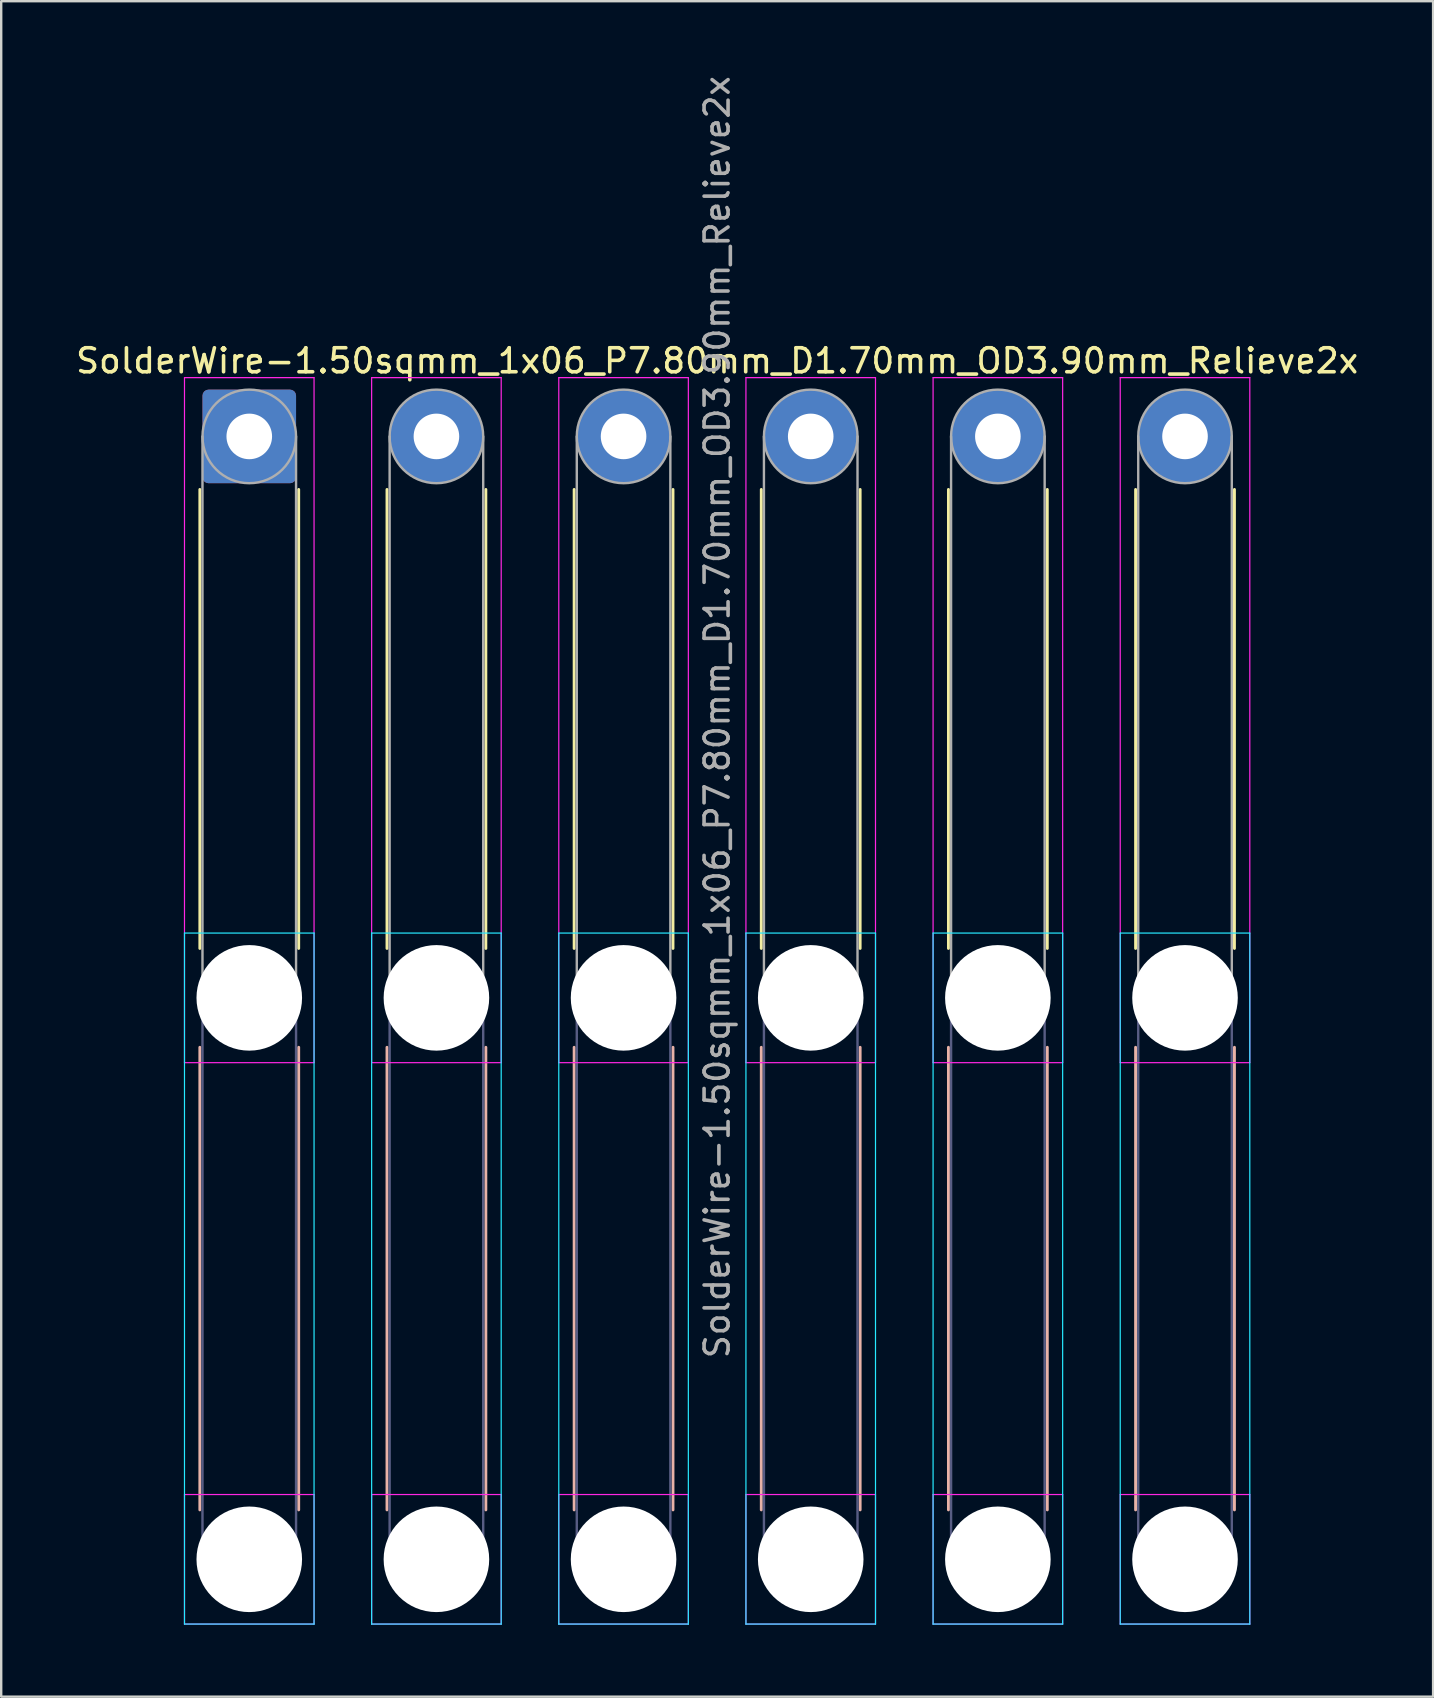
<source format=kicad_pcb>
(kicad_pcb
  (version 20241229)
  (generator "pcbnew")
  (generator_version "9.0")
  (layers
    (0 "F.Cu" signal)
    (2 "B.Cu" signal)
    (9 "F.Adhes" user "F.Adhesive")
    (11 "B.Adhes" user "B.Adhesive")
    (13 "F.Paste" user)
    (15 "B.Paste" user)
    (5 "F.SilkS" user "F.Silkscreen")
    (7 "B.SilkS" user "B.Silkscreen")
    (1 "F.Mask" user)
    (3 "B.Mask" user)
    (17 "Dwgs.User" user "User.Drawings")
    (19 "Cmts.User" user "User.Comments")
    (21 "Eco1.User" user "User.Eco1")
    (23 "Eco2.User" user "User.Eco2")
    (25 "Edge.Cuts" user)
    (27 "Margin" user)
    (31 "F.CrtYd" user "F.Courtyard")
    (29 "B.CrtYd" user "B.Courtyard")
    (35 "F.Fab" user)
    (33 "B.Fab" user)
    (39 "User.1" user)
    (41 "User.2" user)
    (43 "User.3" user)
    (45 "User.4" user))
  (footprint "SolderWire-1.50sqmm_1x06_P7.80mm_D1.70mm_OD3.90mm_Relieve2x"
    (layer "F.Cu")
    (at 7.339 15.139)
    (property "Reference" "SolderWire-1.50sqmm_1x06_P7.80mm_D1.70mm_OD3.90mm_Relieve2x" (at 19.5 -3.15 0) (layer "F.SilkS") (effects (font (size 1 1) (thickness 0.15))))
    (attr exclude_from_pos_files exclude_from_bom)
    (fp_line (start -2.06 2.21) (end -2.06 21.34) (stroke (width 0.12) (type solid)) (layer "F.SilkS"))
    (fp_line (start 2.06 2.21) (end 2.06 21.34) (stroke (width 0.12) (type solid)) (layer "F.SilkS"))
    (fp_line (start 5.74 2.21) (end 5.74 21.34) (stroke (width 0.12) (type solid)) (layer "F.SilkS"))
    (fp_line (start 9.86 2.21) (end 9.86 21.34) (stroke (width 0.12) (type solid)) (layer "F.SilkS"))
    (fp_line (start 13.54 2.21) (end 13.54 21.34) (stroke (width 0.12) (type solid)) (layer "F.SilkS"))
    (fp_line (start 17.66 2.21) (end 17.66 21.34) (stroke (width 0.12) (type solid)) (layer "F.SilkS"))
    (fp_line (start 21.34 2.21) (end 21.34 21.34) (stroke (width 0.12) (type solid)) (layer "F.SilkS"))
    (fp_line (start 25.46 2.21) (end 25.46 21.34) (stroke (width 0.12) (type solid)) (layer "F.SilkS"))
    (fp_line (start 29.14 2.21) (end 29.14 21.34) (stroke (width 0.12) (type solid)) (layer "F.SilkS"))
    (fp_line (start 33.26 2.21) (end 33.26 21.34) (stroke (width 0.12) (type solid)) (layer "F.SilkS"))
    (fp_line (start 36.94 2.21) (end 36.94 21.34) (stroke (width 0.12) (type solid)) (layer "F.SilkS"))
    (fp_line (start 41.06 2.21) (end 41.06 21.34) (stroke (width 0.12) (type solid)) (layer "F.SilkS"))
    (fp_line (start -2.06 25.46) (end -2.06 44.74) (stroke (width 0.12) (type solid)) (layer "B.SilkS"))
    (fp_line (start 2.06 25.46) (end 2.06 44.74) (stroke (width 0.12) (type solid)) (layer "B.SilkS"))
    (fp_line (start 5.74 25.46) (end 5.74 44.74) (stroke (width 0.12) (type solid)) (layer "B.SilkS"))
    (fp_line (start 9.86 25.46) (end 9.86 44.74) (stroke (width 0.12) (type solid)) (layer "B.SilkS"))
    (fp_line (start 13.54 25.46) (end 13.54 44.74) (stroke (width 0.12) (type solid)) (layer "B.SilkS"))
    (fp_line (start 17.66 25.46) (end 17.66 44.74) (stroke (width 0.12) (type solid)) (layer "B.SilkS"))
    (fp_line (start 21.34 25.46) (end 21.34 44.74) (stroke (width 0.12) (type solid)) (layer "B.SilkS"))
    (fp_line (start 25.46 25.46) (end 25.46 44.74) (stroke (width 0.12) (type solid)) (layer "B.SilkS"))
    (fp_line (start 29.14 25.46) (end 29.14 44.74) (stroke (width 0.12) (type solid)) (layer "B.SilkS"))
    (fp_line (start 33.26 25.46) (end 33.26 44.74) (stroke (width 0.12) (type solid)) (layer "B.SilkS"))
    (fp_line (start 36.94 25.46) (end 36.94 44.74) (stroke (width 0.12) (type solid)) (layer "B.SilkS"))
    (fp_line (start 41.06 25.46) (end 41.06 44.74) (stroke (width 0.12) (type solid)) (layer "B.SilkS"))
    (fp_line (start -2.7 20.7) (end -2.7 49.5) (stroke (width 0.05) (type solid)) (layer "B.CrtYd"))
    (fp_line (start -2.7 49.5) (end 2.7 49.5) (stroke (width 0.05) (type solid)) (layer "B.CrtYd"))
    (fp_line (start 2.7 20.7) (end -2.7 20.7) (stroke (width 0.05) (type solid)) (layer "B.CrtYd"))
    (fp_line (start 2.7 49.5) (end 2.7 20.7) (stroke (width 0.05) (type solid)) (layer "B.CrtYd"))
    (fp_line (start 5.1 20.7) (end 5.1 49.5) (stroke (width 0.05) (type solid)) (layer "B.CrtYd"))
    (fp_line (start 5.1 49.5) (end 10.5 49.5) (stroke (width 0.05) (type solid)) (layer "B.CrtYd"))
    (fp_line (start 10.5 20.7) (end 5.1 20.7) (stroke (width 0.05) (type solid)) (layer "B.CrtYd"))
    (fp_line (start 10.5 49.5) (end 10.5 20.7) (stroke (width 0.05) (type solid)) (layer "B.CrtYd"))
    (fp_line (start 12.9 20.7) (end 12.9 49.5) (stroke (width 0.05) (type solid)) (layer "B.CrtYd"))
    (fp_line (start 12.9 49.5) (end 18.3 49.5) (stroke (width 0.05) (type solid)) (layer "B.CrtYd"))
    (fp_line (start 18.3 20.7) (end 12.9 20.7) (stroke (width 0.05) (type solid)) (layer "B.CrtYd"))
    (fp_line (start 18.3 49.5) (end 18.3 20.7) (stroke (width 0.05) (type solid)) (layer "B.CrtYd"))
    (fp_line (start 20.7 20.7) (end 20.7 49.5) (stroke (width 0.05) (type solid)) (layer "B.CrtYd"))
    (fp_line (start 20.7 49.5) (end 26.1 49.5) (stroke (width 0.05) (type solid)) (layer "B.CrtYd"))
    (fp_line (start 26.1 20.7) (end 20.7 20.7) (stroke (width 0.05) (type solid)) (layer "B.CrtYd"))
    (fp_line (start 26.1 49.5) (end 26.1 20.7) (stroke (width 0.05) (type solid)) (layer "B.CrtYd"))
    (fp_line (start 28.5 20.7) (end 28.5 49.5) (stroke (width 0.05) (type solid)) (layer "B.CrtYd"))
    (fp_line (start 28.5 49.5) (end 33.9 49.5) (stroke (width 0.05) (type solid)) (layer "B.CrtYd"))
    (fp_line (start 33.9 20.7) (end 28.5 20.7) (stroke (width 0.05) (type solid)) (layer "B.CrtYd"))
    (fp_line (start 33.9 49.5) (end 33.9 20.7) (stroke (width 0.05) (type solid)) (layer "B.CrtYd"))
    (fp_line (start 36.3 20.7) (end 36.3 49.5) (stroke (width 0.05) (type solid)) (layer "B.CrtYd"))
    (fp_line (start 36.3 49.5) (end 41.7 49.5) (stroke (width 0.05) (type solid)) (layer "B.CrtYd"))
    (fp_line (start 41.7 20.7) (end 36.3 20.7) (stroke (width 0.05) (type solid)) (layer "B.CrtYd"))
    (fp_line (start 41.7 49.5) (end 41.7 20.7) (stroke (width 0.05) (type solid)) (layer "B.CrtYd"))
    (fp_line (start -2.7 -2.45) (end -2.7 26.1) (stroke (width 0.05) (type solid)) (layer "F.CrtYd"))
    (fp_line (start -2.7 26.1) (end 2.7 26.1) (stroke (width 0.05) (type solid)) (layer "F.CrtYd"))
    (fp_line (start -2.7 44.1) (end -2.7 49.5) (stroke (width 0.05) (type solid)) (layer "F.CrtYd"))
    (fp_line (start -2.7 49.5) (end 2.7 49.5) (stroke (width 0.05) (type solid)) (layer "F.CrtYd"))
    (fp_line (start 2.7 -2.45) (end -2.7 -2.45) (stroke (width 0.05) (type solid)) (layer "F.CrtYd"))
    (fp_line (start 2.7 26.1) (end 2.7 -2.45) (stroke (width 0.05) (type solid)) (layer "F.CrtYd"))
    (fp_line (start 2.7 44.1) (end -2.7 44.1) (stroke (width 0.05) (type solid)) (layer "F.CrtYd"))
    (fp_line (start 2.7 49.5) (end 2.7 44.1) (stroke (width 0.05) (type solid)) (layer "F.CrtYd"))
    (fp_line (start 5.1 -2.45) (end 5.1 26.1) (stroke (width 0.05) (type solid)) (layer "F.CrtYd"))
    (fp_line (start 5.1 26.1) (end 10.5 26.1) (stroke (width 0.05) (type solid)) (layer "F.CrtYd"))
    (fp_line (start 5.1 44.1) (end 5.1 49.5) (stroke (width 0.05) (type solid)) (layer "F.CrtYd"))
    (fp_line (start 5.1 49.5) (end 10.5 49.5) (stroke (width 0.05) (type solid)) (layer "F.CrtYd"))
    (fp_line (start 10.5 -2.45) (end 5.1 -2.45) (stroke (width 0.05) (type solid)) (layer "F.CrtYd"))
    (fp_line (start 10.5 26.1) (end 10.5 -2.45) (stroke (width 0.05) (type solid)) (layer "F.CrtYd"))
    (fp_line (start 10.5 44.1) (end 5.1 44.1) (stroke (width 0.05) (type solid)) (layer "F.CrtYd"))
    (fp_line (start 10.5 49.5) (end 10.5 44.1) (stroke (width 0.05) (type solid)) (layer "F.CrtYd"))
    (fp_line (start 12.9 -2.45) (end 12.9 26.1) (stroke (width 0.05) (type solid)) (layer "F.CrtYd"))
    (fp_line (start 12.9 26.1) (end 18.3 26.1) (stroke (width 0.05) (type solid)) (layer "F.CrtYd"))
    (fp_line (start 12.9 44.1) (end 12.9 49.5) (stroke (width 0.05) (type solid)) (layer "F.CrtYd"))
    (fp_line (start 12.9 49.5) (end 18.3 49.5) (stroke (width 0.05) (type solid)) (layer "F.CrtYd"))
    (fp_line (start 18.3 -2.45) (end 12.9 -2.45) (stroke (width 0.05) (type solid)) (layer "F.CrtYd"))
    (fp_line (start 18.3 26.1) (end 18.3 -2.45) (stroke (width 0.05) (type solid)) (layer "F.CrtYd"))
    (fp_line (start 18.3 44.1) (end 12.9 44.1) (stroke (width 0.05) (type solid)) (layer "F.CrtYd"))
    (fp_line (start 18.3 49.5) (end 18.3 44.1) (stroke (width 0.05) (type solid)) (layer "F.CrtYd"))
    (fp_line (start 20.7 -2.45) (end 20.7 26.1) (stroke (width 0.05) (type solid)) (layer "F.CrtYd"))
    (fp_line (start 20.7 26.1) (end 26.1 26.1) (stroke (width 0.05) (type solid)) (layer "F.CrtYd"))
    (fp_line (start 20.7 44.1) (end 20.7 49.5) (stroke (width 0.05) (type solid)) (layer "F.CrtYd"))
    (fp_line (start 20.7 49.5) (end 26.1 49.5) (stroke (width 0.05) (type solid)) (layer "F.CrtYd"))
    (fp_line (start 26.1 -2.45) (end 20.7 -2.45) (stroke (width 0.05) (type solid)) (layer "F.CrtYd"))
    (fp_line (start 26.1 26.1) (end 26.1 -2.45) (stroke (width 0.05) (type solid)) (layer "F.CrtYd"))
    (fp_line (start 26.1 44.1) (end 20.7 44.1) (stroke (width 0.05) (type solid)) (layer "F.CrtYd"))
    (fp_line (start 26.1 49.5) (end 26.1 44.1) (stroke (width 0.05) (type solid)) (layer "F.CrtYd"))
    (fp_line (start 28.5 -2.45) (end 28.5 26.1) (stroke (width 0.05) (type solid)) (layer "F.CrtYd"))
    (fp_line (start 28.5 26.1) (end 33.9 26.1) (stroke (width 0.05) (type solid)) (layer "F.CrtYd"))
    (fp_line (start 28.5 44.1) (end 28.5 49.5) (stroke (width 0.05) (type solid)) (layer "F.CrtYd"))
    (fp_line (start 28.5 49.5) (end 33.9 49.5) (stroke (width 0.05) (type solid)) (layer "F.CrtYd"))
    (fp_line (start 33.9 -2.45) (end 28.5 -2.45) (stroke (width 0.05) (type solid)) (layer "F.CrtYd"))
    (fp_line (start 33.9 26.1) (end 33.9 -2.45) (stroke (width 0.05) (type solid)) (layer "F.CrtYd"))
    (fp_line (start 33.9 44.1) (end 28.5 44.1) (stroke (width 0.05) (type solid)) (layer "F.CrtYd"))
    (fp_line (start 33.9 49.5) (end 33.9 44.1) (stroke (width 0.05) (type solid)) (layer "F.CrtYd"))
    (fp_line (start 36.3 -2.45) (end 36.3 26.1) (stroke (width 0.05) (type solid)) (layer "F.CrtYd"))
    (fp_line (start 36.3 26.1) (end 41.7 26.1) (stroke (width 0.05) (type solid)) (layer "F.CrtYd"))
    (fp_line (start 36.3 44.1) (end 36.3 49.5) (stroke (width 0.05) (type solid)) (layer "F.CrtYd"))
    (fp_line (start 36.3 49.5) (end 41.7 49.5) (stroke (width 0.05) (type solid)) (layer "F.CrtYd"))
    (fp_line (start 41.7 -2.45) (end 36.3 -2.45) (stroke (width 0.05) (type solid)) (layer "F.CrtYd"))
    (fp_line (start 41.7 26.1) (end 41.7 -2.45) (stroke (width 0.05) (type solid)) (layer "F.CrtYd"))
    (fp_line (start 41.7 44.1) (end 36.3 44.1) (stroke (width 0.05) (type solid)) (layer "F.CrtYd"))
    (fp_line (start 41.7 49.5) (end 41.7 44.1) (stroke (width 0.05) (type solid)) (layer "F.CrtYd"))
    (fp_line (start -1.95 23.4) (end -1.95 46.8) (stroke (width 0.1) (type solid)) (layer "B.Fab"))
    (fp_line (start 1.95 23.4) (end 1.95 46.8) (stroke (width 0.1) (type solid)) (layer "B.Fab"))
    (fp_line (start 5.85 23.4) (end 5.85 46.8) (stroke (width 0.1) (type solid)) (layer "B.Fab"))
    (fp_line (start 9.75 23.4) (end 9.75 46.8) (stroke (width 0.1) (type solid)) (layer "B.Fab"))
    (fp_line (start 13.65 23.4) (end 13.65 46.8) (stroke (width 0.1) (type solid)) (layer "B.Fab"))
    (fp_line (start 17.55 23.4) (end 17.55 46.8) (stroke (width 0.1) (type solid)) (layer "B.Fab"))
    (fp_line (start 21.45 23.4) (end 21.45 46.8) (stroke (width 0.1) (type solid)) (layer "B.Fab"))
    (fp_line (start 25.35 23.4) (end 25.35 46.8) (stroke (width 0.1) (type solid)) (layer "B.Fab"))
    (fp_line (start 29.25 23.4) (end 29.25 46.8) (stroke (width 0.1) (type solid)) (layer "B.Fab"))
    (fp_line (start 33.15 23.4) (end 33.15 46.8) (stroke (width 0.1) (type solid)) (layer "B.Fab"))
    (fp_line (start 37.05 23.4) (end 37.05 46.8) (stroke (width 0.1) (type solid)) (layer "B.Fab"))
    (fp_line (start 40.95 23.4) (end 40.95 46.8) (stroke (width 0.1) (type solid)) (layer "B.Fab"))
    (fp_circle (center 0 23.4) (end 1.95 23.4) (stroke (width 0.1) (type solid)) (fill no) (layer "B.Fab"))
    (fp_circle (center 0 46.8) (end 1.95 46.8) (stroke (width 0.1) (type solid)) (fill no) (layer "B.Fab"))
    (fp_circle (center 7.8 23.4) (end 9.75 23.4) (stroke (width 0.1) (type solid)) (fill no) (layer "B.Fab"))
    (fp_circle (center 7.8 46.8) (end 9.75 46.8) (stroke (width 0.1) (type solid)) (fill no) (layer "B.Fab"))
    (fp_circle (center 15.6 23.4) (end 17.55 23.4) (stroke (width 0.1) (type solid)) (fill no) (layer "B.Fab"))
    (fp_circle (center 15.6 46.8) (end 17.55 46.8) (stroke (width 0.1) (type solid)) (fill no) (layer "B.Fab"))
    (fp_circle (center 23.4 23.4) (end 25.35 23.4) (stroke (width 0.1) (type solid)) (fill no) (layer "B.Fab"))
    (fp_circle (center 23.4 46.8) (end 25.35 46.8) (stroke (width 0.1) (type solid)) (fill no) (layer "B.Fab"))
    (fp_circle (center 31.2 23.4) (end 33.15 23.4) (stroke (width 0.1) (type solid)) (fill no) (layer "B.Fab"))
    (fp_circle (center 31.2 46.8) (end 33.15 46.8) (stroke (width 0.1) (type solid)) (fill no) (layer "B.Fab"))
    (fp_circle (center 39 23.4) (end 40.95 23.4) (stroke (width 0.1) (type solid)) (fill no) (layer "B.Fab"))
    (fp_circle (center 39 46.8) (end 40.95 46.8) (stroke (width 0.1) (type solid)) (fill no) (layer "B.Fab"))
    (fp_line (start -1.95 0) (end -1.95 23.4) (stroke (width 0.1) (type solid)) (layer "F.Fab"))
    (fp_line (start 1.95 0) (end 1.95 23.4) (stroke (width 0.1) (type solid)) (layer "F.Fab"))
    (fp_line (start 5.85 0) (end 5.85 23.4) (stroke (width 0.1) (type solid)) (layer "F.Fab"))
    (fp_line (start 9.75 0) (end 9.75 23.4) (stroke (width 0.1) (type solid)) (layer "F.Fab"))
    (fp_line (start 13.65 0) (end 13.65 23.4) (stroke (width 0.1) (type solid)) (layer "F.Fab"))
    (fp_line (start 17.55 0) (end 17.55 23.4) (stroke (width 0.1) (type solid)) (layer "F.Fab"))
    (fp_line (start 21.45 0) (end 21.45 23.4) (stroke (width 0.1) (type solid)) (layer "F.Fab"))
    (fp_line (start 25.35 0) (end 25.35 23.4) (stroke (width 0.1) (type solid)) (layer "F.Fab"))
    (fp_line (start 29.25 0) (end 29.25 23.4) (stroke (width 0.1) (type solid)) (layer "F.Fab"))
    (fp_line (start 33.15 0) (end 33.15 23.4) (stroke (width 0.1) (type solid)) (layer "F.Fab"))
    (fp_line (start 37.05 0) (end 37.05 23.4) (stroke (width 0.1) (type solid)) (layer "F.Fab"))
    (fp_line (start 40.95 0) (end 40.95 23.4) (stroke (width 0.1) (type solid)) (layer "F.Fab"))
    (fp_circle (center 0 0) (end 1.95 0) (stroke (width 0.1) (type solid)) (fill no) (layer "F.Fab"))
    (fp_circle (center 0 23.4) (end 1.95 23.4) (stroke (width 0.1) (type solid)) (fill no) (layer "F.Fab"))
    (fp_circle (center 0 46.8) (end 1.95 46.8) (stroke (width 0.1) (type solid)) (fill no) (layer "F.Fab"))
    (fp_circle (center 7.8 0) (end 9.75 0) (stroke (width 0.1) (type solid)) (fill no) (layer "F.Fab"))
    (fp_circle (center 7.8 23.4) (end 9.75 23.4) (stroke (width 0.1) (type solid)) (fill no) (layer "F.Fab"))
    (fp_circle (center 7.8 46.8) (end 9.75 46.8) (stroke (width 0.1) (type solid)) (fill no) (layer "F.Fab"))
    (fp_circle (center 15.6 0) (end 17.55 0) (stroke (width 0.1) (type solid)) (fill no) (layer "F.Fab"))
    (fp_circle (center 15.6 23.4) (end 17.55 23.4) (stroke (width 0.1) (type solid)) (fill no) (layer "F.Fab"))
    (fp_circle (center 15.6 46.8) (end 17.55 46.8) (stroke (width 0.1) (type solid)) (fill no) (layer "F.Fab"))
    (fp_circle (center 23.4 0) (end 25.35 0) (stroke (width 0.1) (type solid)) (fill no) (layer "F.Fab"))
    (fp_circle (center 23.4 23.4) (end 25.35 23.4) (stroke (width 0.1) (type solid)) (fill no) (layer "F.Fab"))
    (fp_circle (center 23.4 46.8) (end 25.35 46.8) (stroke (width 0.1) (type solid)) (fill no) (layer "F.Fab"))
    (fp_circle (center 31.2 0) (end 33.15 0) (stroke (width 0.1) (type solid)) (fill no) (layer "F.Fab"))
    (fp_circle (center 31.2 23.4) (end 33.15 23.4) (stroke (width 0.1) (type solid)) (fill no) (layer "F.Fab"))
    (fp_circle (center 31.2 46.8) (end 33.15 46.8) (stroke (width 0.1) (type solid)) (fill no) (layer "F.Fab"))
    (fp_circle (center 39 0) (end 40.95 0) (stroke (width 0.1) (type solid)) (fill no) (layer "F.Fab"))
    (fp_circle (center 39 23.4) (end 40.95 23.4) (stroke (width 0.1) (type solid)) (fill no) (layer "F.Fab"))
    (fp_circle (center 39 46.8) (end 40.95 46.8) (stroke (width 0.1) (type solid)) (fill no) (layer "F.Fab"))
    (fp_text user "${REFERENCE}" (at 19.5 11.7 90) (layer "F.Fab") (effects (font (size 1 1) (thickness 0.15))))
    (pad "" np_thru_hole circle (at 0 23.4) (size 4.4 4.4) (drill 4.4) (layers "*.Cu" "*.Mask"))
    (pad "" np_thru_hole circle (at 0 46.8) (size 4.4 4.4) (drill 4.4) (layers "*.Cu" "*.Mask"))
    (pad "" np_thru_hole circle (at 7.8 23.4) (size 4.4 4.4) (drill 4.4) (layers "*.Cu" "*.Mask"))
    (pad "" np_thru_hole circle (at 7.8 46.8) (size 4.4 4.4) (drill 4.4) (layers "*.Cu" "*.Mask"))
    (pad "" np_thru_hole circle (at 15.6 23.4) (size 4.4 4.4) (drill 4.4) (layers "*.Cu" "*.Mask"))
    (pad "" np_thru_hole circle (at 15.6 46.8) (size 4.4 4.4) (drill 4.4) (layers "*.Cu" "*.Mask"))
    (pad "" np_thru_hole circle (at 23.4 23.4) (size 4.4 4.4) (drill 4.4) (layers "*.Cu" "*.Mask"))
    (pad "" np_thru_hole circle (at 23.4 46.8) (size 4.4 4.4) (drill 4.4) (layers "*.Cu" "*.Mask"))
    (pad "" np_thru_hole circle (at 31.2 23.4) (size 4.4 4.4) (drill 4.4) (layers "*.Cu" "*.Mask"))
    (pad "" np_thru_hole circle (at 31.2 46.8) (size 4.4 4.4) (drill 4.4) (layers "*.Cu" "*.Mask"))
    (pad "" np_thru_hole circle (at 39 23.4) (size 4.4 4.4) (drill 4.4) (layers "*.Cu" "*.Mask"))
    (pad "" np_thru_hole circle (at 39 46.8) (size 4.4 4.4) (drill 4.4) (layers "*.Cu" "*.Mask"))
    (pad "1" thru_hole roundrect (at 0 0) (size 3.9 3.9) (drill 1.9) (layers "*.Cu" "*.Mask") (roundrect_rratio 0.064))
    (pad "2" thru_hole circle (at 7.8 0) (size 3.9 3.9) (drill 1.9) (layers "*.Cu" "*.Mask"))
    (pad "3" thru_hole circle (at 15.6 0) (size 3.9 3.9) (drill 1.9) (layers "*.Cu" "*.Mask"))
    (pad "4" thru_hole circle (at 23.4 0) (size 3.9 3.9) (drill 1.9) (layers "*.Cu" "*.Mask"))
    (pad "5" thru_hole circle (at 31.2 0) (size 3.9 3.9) (drill 1.9) (layers "*.Cu" "*.Mask"))
    (pad "6" thru_hole circle (at 39 0) (size 3.9 3.9) (drill 1.9) (layers "*.Cu" "*.Mask")))
  (gr_rect
    (start -3 -3)
    (end 56.679 67.664)
    (stroke (width 0.1) (type default))
    (fill no)
    (layer "Edge.Cuts")))
</source>
